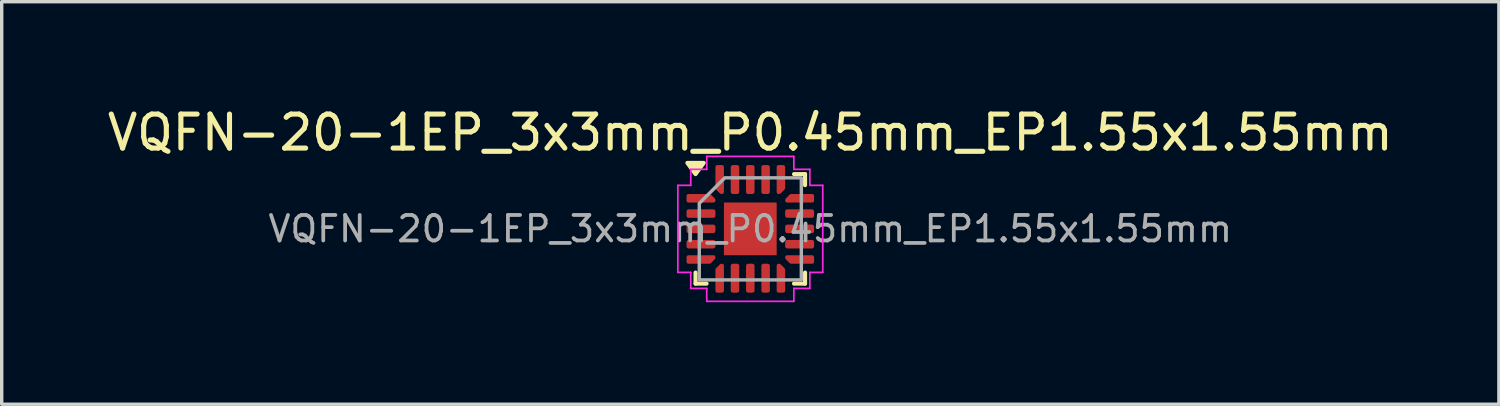
<source format=kicad_pcb>
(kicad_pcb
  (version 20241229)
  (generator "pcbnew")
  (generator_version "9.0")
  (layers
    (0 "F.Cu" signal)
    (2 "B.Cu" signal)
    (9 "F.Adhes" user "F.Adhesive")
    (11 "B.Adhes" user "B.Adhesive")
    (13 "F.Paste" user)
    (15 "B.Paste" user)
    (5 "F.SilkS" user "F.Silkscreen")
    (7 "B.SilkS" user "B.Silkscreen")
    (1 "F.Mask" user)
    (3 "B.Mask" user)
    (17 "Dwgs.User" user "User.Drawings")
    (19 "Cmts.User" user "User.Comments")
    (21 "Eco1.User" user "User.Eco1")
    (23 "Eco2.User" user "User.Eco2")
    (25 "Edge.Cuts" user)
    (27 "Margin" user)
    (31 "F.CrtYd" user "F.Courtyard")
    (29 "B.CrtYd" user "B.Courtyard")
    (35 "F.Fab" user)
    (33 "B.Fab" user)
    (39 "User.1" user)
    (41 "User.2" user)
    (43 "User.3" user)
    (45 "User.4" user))
  (footprint "VQFN-20-1EP_3x3mm_P0.45mm_EP1.55x1.55mm"
    (layer "F.Cu")
    (at 19.006 3.678)
    (property "Reference" "VQFN-20-1EP_3x3mm_P0.45mm_EP1.55x1.55mm" (at 0 -2.83 0) (layer "F.SilkS") (effects (font (size 1 1) (thickness 0.15))))
    (attr smd)
    (fp_line (start -1.61 1.61) (end -1.61 1.285) (stroke (width 0.12) (type solid)) (layer "F.SilkS"))
    (fp_line (start -1.285 1.61) (end -1.61 1.61) (stroke (width 0.12) (type solid)) (layer "F.SilkS"))
    (fp_line (start 1.285 -1.61) (end 1.61 -1.61) (stroke (width 0.12) (type solid)) (layer "F.SilkS"))
    (fp_line (start 1.285 1.61) (end 1.61 1.61) (stroke (width 0.12) (type solid)) (layer "F.SilkS"))
    (fp_line (start 1.61 -1.61) (end 1.61 -1.285) (stroke (width 0.12) (type solid)) (layer "F.SilkS"))
    (fp_line (start 1.61 1.61) (end 1.61 1.285) (stroke (width 0.12) (type solid)) (layer "F.SilkS"))
    (fp_poly (pts (xy -1.61 -1.61) (xy -1.85 -1.94) (xy -1.37 -1.94)) (stroke (width 0.12) (type solid)) (fill yes) (layer "F.SilkS"))
    (fp_line (start -2.13 -1.28) (end -1.75 -1.28) (stroke (width 0.05) (type solid)) (layer "F.CrtYd"))
    (fp_line (start -2.13 1.28) (end -2.13 -1.28) (stroke (width 0.05) (type solid)) (layer "F.CrtYd"))
    (fp_line (start -1.75 -1.75) (end -1.28 -1.75) (stroke (width 0.05) (type solid)) (layer "F.CrtYd"))
    (fp_line (start -1.75 -1.28) (end -1.75 -1.75) (stroke (width 0.05) (type solid)) (layer "F.CrtYd"))
    (fp_line (start -1.75 1.28) (end -2.13 1.28) (stroke (width 0.05) (type solid)) (layer "F.CrtYd"))
    (fp_line (start -1.75 1.75) (end -1.75 1.28) (stroke (width 0.05) (type solid)) (layer "F.CrtYd"))
    (fp_line (start -1.28 -2.13) (end 1.28 -2.13) (stroke (width 0.05) (type solid)) (layer "F.CrtYd"))
    (fp_line (start -1.28 -1.75) (end -1.28 -2.13) (stroke (width 0.05) (type solid)) (layer "F.CrtYd"))
    (fp_line (start -1.28 1.75) (end -1.75 1.75) (stroke (width 0.05) (type solid)) (layer "F.CrtYd"))
    (fp_line (start -1.28 2.13) (end -1.28 1.75) (stroke (width 0.05) (type solid)) (layer "F.CrtYd"))
    (fp_line (start 1.28 -2.13) (end 1.28 -1.75) (stroke (width 0.05) (type solid)) (layer "F.CrtYd"))
    (fp_line (start 1.28 -1.75) (end 1.75 -1.75) (stroke (width 0.05) (type solid)) (layer "F.CrtYd"))
    (fp_line (start 1.28 1.75) (end 1.28 2.13) (stroke (width 0.05) (type solid)) (layer "F.CrtYd"))
    (fp_line (start 1.28 2.13) (end -1.28 2.13) (stroke (width 0.05) (type solid)) (layer "F.CrtYd"))
    (fp_line (start 1.75 -1.75) (end 1.75 -1.28) (stroke (width 0.05) (type solid)) (layer "F.CrtYd"))
    (fp_line (start 1.75 -1.28) (end 2.13 -1.28) (stroke (width 0.05) (type solid)) (layer "F.CrtYd"))
    (fp_line (start 1.75 1.28) (end 1.75 1.75) (stroke (width 0.05) (type solid)) (layer "F.CrtYd"))
    (fp_line (start 1.75 1.75) (end 1.28 1.75) (stroke (width 0.05) (type solid)) (layer "F.CrtYd"))
    (fp_line (start 2.13 -1.28) (end 2.13 1.28) (stroke (width 0.05) (type solid)) (layer "F.CrtYd"))
    (fp_line (start 2.13 1.28) (end 1.75 1.28) (stroke (width 0.05) (type solid)) (layer "F.CrtYd"))
    (fp_poly (pts (xy -1.5 -0.75) (xy -1.5 1.5) (xy 1.5 1.5) (xy 1.5 -1.5) (xy -0.75 -1.5)) (stroke (width 0.1) (type solid)) (fill no) (layer "F.Fab"))
    (fp_text user "${REFERENCE}" (at 0 0 0) (layer "F.Fab") (effects (font (size 0.75 0.75) (thickness 0.11))))
    (pad "" smd roundrect (at -0.39 -0.39) (size 0.62 0.62) (layers "F.Paste") (roundrect_rratio 0.25))
    (pad "" smd roundrect (at -0.39 0.39) (size 0.62 0.62) (layers "F.Paste") (roundrect_rratio 0.25))
    (pad "" smd roundrect (at 0.39 -0.39) (size 0.62 0.62) (layers "F.Paste") (roundrect_rratio 0.25))
    (pad "" smd roundrect (at 0.39 0.39) (size 0.62 0.62) (layers "F.Paste") (roundrect_rratio 0.25))
    (pad "1" smd custom (at -1.45 -0.9) (size 0.144 0.144) (layers "F.Cu" "F.Mask" "F.Paste") (options (anchor circle)) (primitives (gr_poly (pts (xy -0.375 -0.075) (xy 0.254 -0.075) (xy 0.375 0.046) (xy 0.375 0.075) (xy -0.375 0.075)) (width 0.1) (fill yes))))
    (pad "2" smd roundrect (at -1.45 -0.45) (size 0.85 0.25) (layers "F.Cu" "F.Mask" "F.Paste") (roundrect_rratio 0.25))
    (pad "3" smd roundrect (at -1.45 0) (size 0.85 0.25) (layers "F.Cu" "F.Mask" "F.Paste") (roundrect_rratio 0.25))
    (pad "4" smd roundrect (at -1.45 0.45) (size 0.85 0.25) (layers "F.Cu" "F.Mask" "F.Paste") (roundrect_rratio 0.25))
    (pad "5" smd custom (at -1.45 0.9) (size 0.144 0.144) (layers "F.Cu" "F.Mask" "F.Paste") (options (anchor circle)) (primitives (gr_poly (pts (xy -0.375 -0.075) (xy 0.375 -0.075) (xy 0.375 -0.046) (xy 0.254 0.075) (xy -0.375 0.075)) (width 0.1) (fill yes))))
    (pad "6" smd custom (at -0.9 1.45) (size 0.144 0.144) (layers "F.Cu" "F.Mask" "F.Paste") (options (anchor circle)) (primitives (gr_poly (pts (xy -0.075 -0.254) (xy 0.046 -0.375) (xy 0.075 -0.375) (xy 0.075 0.375) (xy -0.075 0.375)) (width 0.1) (fill yes))))
    (pad "7" smd roundrect (at -0.45 1.45) (size 0.25 0.85) (layers "F.Cu" "F.Mask" "F.Paste") (roundrect_rratio 0.25))
    (pad "8" smd roundrect (at 0 1.45) (size 0.25 0.85) (layers "F.Cu" "F.Mask" "F.Paste") (roundrect_rratio 0.25))
    (pad "9" smd roundrect (at 0.45 1.45) (size 0.25 0.85) (layers "F.Cu" "F.Mask" "F.Paste") (roundrect_rratio 0.25))
    (pad "10" smd custom (at 0.9 1.45) (size 0.144 0.144) (layers "F.Cu" "F.Mask" "F.Paste") (options (anchor circle)) (primitives (gr_poly (pts (xy -0.075 -0.375) (xy -0.046 -0.375) (xy 0.075 -0.254) (xy 0.075 0.375) (xy -0.075 0.375)) (width 0.1) (fill yes))))
    (pad "11" smd custom (at 1.45 0.9) (size 0.144 0.144) (layers "F.Cu" "F.Mask" "F.Paste") (options (anchor circle)) (primitives (gr_poly (pts (xy -0.375 -0.075) (xy 0.375 -0.075) (xy 0.375 0.075) (xy -0.254 0.075) (xy -0.375 -0.046)) (width 0.1) (fill yes))))
    (pad "12" smd roundrect (at 1.45 0.45) (size 0.85 0.25) (layers "F.Cu" "F.Mask" "F.Paste") (roundrect_rratio 0.25))
    (pad "13" smd roundrect (at 1.45 0) (size 0.85 0.25) (layers "F.Cu" "F.Mask" "F.Paste") (roundrect_rratio 0.25))
    (pad "14" smd roundrect (at 1.45 -0.45) (size 0.85 0.25) (layers "F.Cu" "F.Mask" "F.Paste") (roundrect_rratio 0.25))
    (pad "15" smd custom (at 1.45 -0.9) (size 0.144 0.144) (layers "F.Cu" "F.Mask" "F.Paste") (options (anchor circle)) (primitives (gr_poly (pts (xy -0.375 0.046) (xy -0.254 -0.075) (xy 0.375 -0.075) (xy 0.375 0.075) (xy -0.375 0.075)) (width 0.1) (fill yes))))
    (pad "16" smd custom (at 0.9 -1.45) (size 0.144 0.144) (layers "F.Cu" "F.Mask" "F.Paste") (options (anchor circle)) (primitives (gr_poly (pts (xy -0.075 -0.375) (xy 0.075 -0.375) (xy 0.075 0.254) (xy -0.046 0.375) (xy -0.075 0.375)) (width 0.1) (fill yes))))
    (pad "17" smd roundrect (at 0.45 -1.45) (size 0.25 0.85) (layers "F.Cu" "F.Mask" "F.Paste") (roundrect_rratio 0.25))
    (pad "18" smd roundrect (at 0 -1.45) (size 0.25 0.85) (layers "F.Cu" "F.Mask" "F.Paste") (roundrect_rratio 0.25))
    (pad "19" smd roundrect (at -0.45 -1.45) (size 0.25 0.85) (layers "F.Cu" "F.Mask" "F.Paste") (roundrect_rratio 0.25))
    (pad "20" smd custom (at -0.9 -1.45) (size 0.144 0.144) (layers "F.Cu" "F.Mask" "F.Paste") (options (anchor circle)) (primitives (gr_poly (pts (xy -0.075 -0.375) (xy 0.075 -0.375) (xy 0.075 0.375) (xy 0.046 0.375) (xy -0.075 0.254)) (width 0.1) (fill yes))))
    (pad "21" smd rect (at 0 0) (size 1.55 1.55) (property pad_prop_heatsink) (layers "F.Cu" "F.Mask")))
  (gr_rect
    (start -3 -3)
    (end 41.012 8.833)
    (stroke (width 0.1) (type default))
    (fill no)
    (layer "Edge.Cuts")))
</source>
